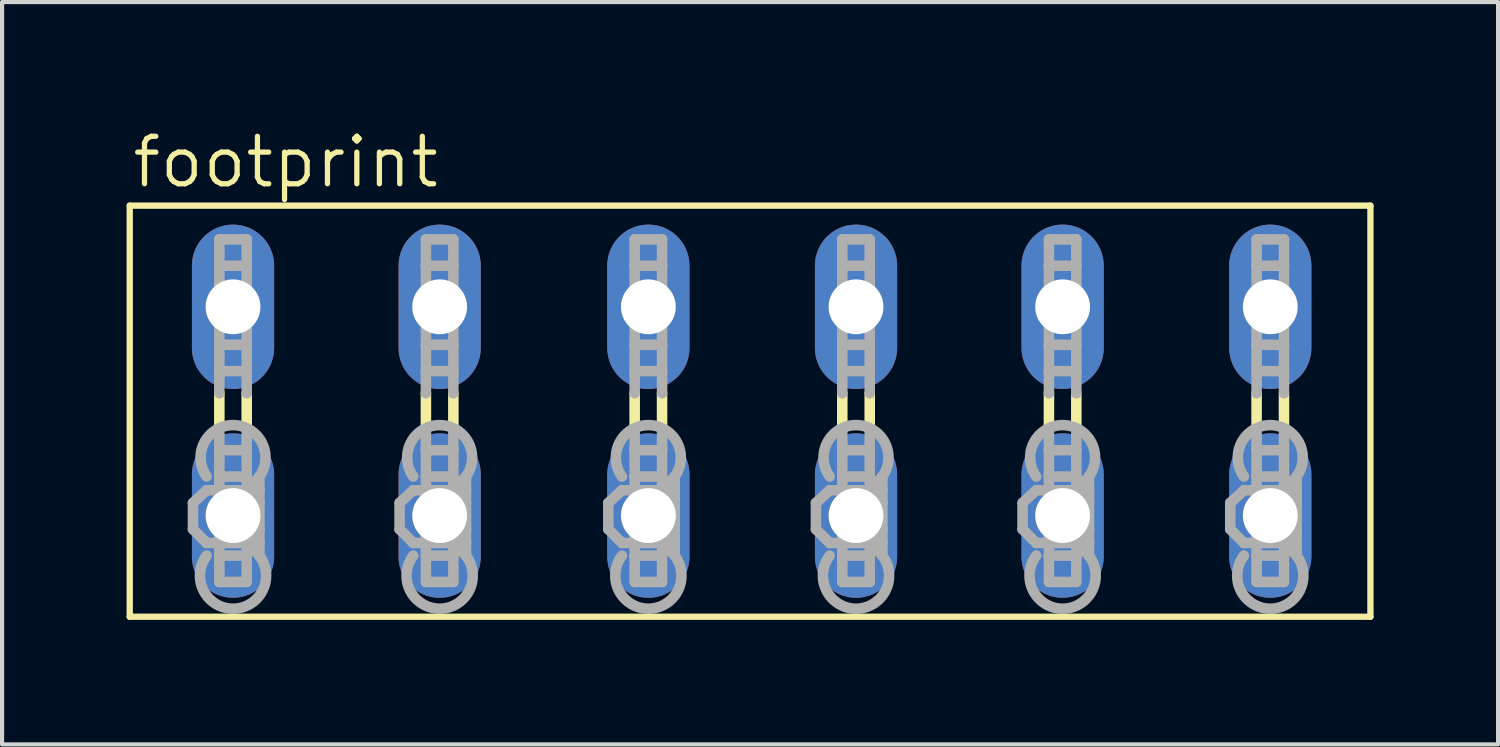
<source format=kicad_pcb>
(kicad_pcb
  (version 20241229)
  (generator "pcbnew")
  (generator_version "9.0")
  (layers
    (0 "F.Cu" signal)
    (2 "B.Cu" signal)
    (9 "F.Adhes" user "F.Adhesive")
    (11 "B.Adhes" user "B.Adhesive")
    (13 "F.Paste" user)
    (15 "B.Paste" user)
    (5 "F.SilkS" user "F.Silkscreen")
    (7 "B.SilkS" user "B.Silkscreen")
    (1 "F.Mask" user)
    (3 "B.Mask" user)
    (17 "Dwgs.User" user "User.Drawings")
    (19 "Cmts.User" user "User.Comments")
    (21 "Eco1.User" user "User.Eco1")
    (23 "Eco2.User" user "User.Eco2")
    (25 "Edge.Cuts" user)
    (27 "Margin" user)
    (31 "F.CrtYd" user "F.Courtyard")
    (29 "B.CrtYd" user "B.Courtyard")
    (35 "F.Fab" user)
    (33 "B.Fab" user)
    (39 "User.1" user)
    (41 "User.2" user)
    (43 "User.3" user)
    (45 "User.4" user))
  (footprint "footprint"
    (layer "F.Cu")
    (at 15.062 6.858)
    (property "Reference" "footprint" (at -14.986 -5.334 0) (layer "F.SilkS") (effects (font (size 1.143 1.143) (thickness 0.127)) (justify left bottom)))
    (fp_line (start -14.986 -4.953) (end -14.986 4.953) (stroke (width 0.152) (type solid)) (layer "F.SilkS"))
    (fp_line (start -14.986 -4.953) (end 14.91 -4.953) (stroke (width 0.152) (type solid)) (layer "F.SilkS"))
    (fp_line (start -12.827 0.432) (end -12.827 -0.432) (stroke (width 0.254) (type solid)) (layer "F.SilkS"))
    (fp_line (start -12.167 0.432) (end -12.167 -0.432) (stroke (width 0.254) (type solid)) (layer "F.SilkS"))
    (fp_line (start -7.849 0.432) (end -7.849 -0.432) (stroke (width 0.254) (type solid)) (layer "F.SilkS"))
    (fp_line (start -7.188 0.432) (end -7.188 -0.432) (stroke (width 0.254) (type solid)) (layer "F.SilkS"))
    (fp_line (start -2.819 0.432) (end -2.819 -0.432) (stroke (width 0.254) (type solid)) (layer "F.SilkS"))
    (fp_line (start -2.159 0.432) (end -2.159 -0.432) (stroke (width 0.254) (type solid)) (layer "F.SilkS"))
    (fp_line (start 2.184 0.432) (end 2.184 -0.432) (stroke (width 0.254) (type solid)) (layer "F.SilkS"))
    (fp_line (start 2.845 0.432) (end 2.845 -0.432) (stroke (width 0.254) (type solid)) (layer "F.SilkS"))
    (fp_line (start 7.163 0.432) (end 7.163 -0.432) (stroke (width 0.254) (type solid)) (layer "F.SilkS"))
    (fp_line (start 7.823 0.432) (end 7.823 -0.432) (stroke (width 0.254) (type solid)) (layer "F.SilkS"))
    (fp_line (start 12.167 0.432) (end 12.167 -0.432) (stroke (width 0.254) (type solid)) (layer "F.SilkS"))
    (fp_line (start 12.827 0.432) (end 12.827 -0.432) (stroke (width 0.254) (type solid)) (layer "F.SilkS"))
    (fp_line (start 14.91 4.953) (end -14.986 4.953) (stroke (width 0.152) (type solid)) (layer "F.SilkS"))
    (fp_line (start 14.91 4.953) (end 14.91 -4.953) (stroke (width 0.152) (type solid)) (layer "F.SilkS"))
    (fp_line (start -13.462 2.21) (end -13.132 1.905) (stroke (width 0.254) (type solid)) (layer "F.Fab"))
    (fp_line (start -13.462 2.845) (end -13.462 2.21) (stroke (width 0.254) (type solid)) (layer "F.Fab"))
    (fp_line (start -13.462 2.845) (end -13.132 3.175) (stroke (width 0.254) (type solid)) (layer "F.Fab"))
    (fp_line (start -12.827 -4.14) (end -12.167 -4.14) (stroke (width 0.254) (type solid)) (layer "F.Fab"))
    (fp_line (start -12.827 -3.505) (end -12.827 -4.14) (stroke (width 0.254) (type solid)) (layer "F.Fab"))
    (fp_line (start -12.827 -3.505) (end -12.827 -1.6) (stroke (width 0.254) (type solid)) (layer "F.Fab"))
    (fp_line (start -12.827 -1.6) (end -12.827 -0.965) (stroke (width 0.254) (type solid)) (layer "F.Fab"))
    (fp_line (start -12.827 -1.6) (end -12.167 -1.6) (stroke (width 0.254) (type solid)) (layer "F.Fab"))
    (fp_line (start -12.827 -0.965) (end -12.167 -0.965) (stroke (width 0.254) (type solid)) (layer "F.Fab"))
    (fp_line (start -12.827 -0.432) (end -12.827 -0.965) (stroke (width 0.254) (type solid)) (layer "F.Fab"))
    (fp_line (start -12.827 0.94) (end -12.827 0.432) (stroke (width 0.254) (type solid)) (layer "F.Fab"))
    (fp_line (start -12.827 0.94) (end -12.167 0.94) (stroke (width 0.254) (type solid)) (layer "F.Fab"))
    (fp_line (start -12.827 1.575) (end -12.827 0.94) (stroke (width 0.254) (type solid)) (layer "F.Fab"))
    (fp_line (start -12.827 1.575) (end -12.827 3.48) (stroke (width 0.254) (type solid)) (layer "F.Fab"))
    (fp_line (start -12.827 3.48) (end -12.827 4.115) (stroke (width 0.254) (type solid)) (layer "F.Fab"))
    (fp_line (start -12.827 3.48) (end -12.167 3.48) (stroke (width 0.254) (type solid)) (layer "F.Fab"))
    (fp_line (start -12.827 4.115) (end -12.167 4.115) (stroke (width 0.254) (type solid)) (layer "F.Fab"))
    (fp_line (start -12.167 -4.14) (end -12.167 -3.505) (stroke (width 0.254) (type solid)) (layer "F.Fab"))
    (fp_line (start -12.167 -3.505) (end -12.827 -3.505) (stroke (width 0.254) (type solid)) (layer "F.Fab"))
    (fp_line (start -12.167 -1.6) (end -12.167 -3.505) (stroke (width 0.254) (type solid)) (layer "F.Fab"))
    (fp_line (start -12.167 -0.965) (end -12.167 -1.6) (stroke (width 0.254) (type solid)) (layer "F.Fab"))
    (fp_line (start -12.167 -0.432) (end -12.167 -0.965) (stroke (width 0.254) (type solid)) (layer "F.Fab"))
    (fp_line (start -12.167 0.94) (end -12.167 0.432) (stroke (width 0.254) (type solid)) (layer "F.Fab"))
    (fp_line (start -12.167 0.94) (end -12.167 1.575) (stroke (width 0.254) (type solid)) (layer "F.Fab"))
    (fp_line (start -12.167 1.575) (end -12.827 1.575) (stroke (width 0.254) (type solid)) (layer "F.Fab"))
    (fp_line (start -12.167 1.905) (end -13.132 1.905) (stroke (width 0.254) (type solid)) (layer "F.Fab"))
    (fp_line (start -12.167 1.905) (end -12.167 1.575) (stroke (width 0.254) (type solid)) (layer "F.Fab"))
    (fp_line (start -12.167 1.905) (end -11.862 1.575) (stroke (width 0.254) (type solid)) (layer "F.Fab"))
    (fp_line (start -12.167 1.905) (end -11.862 2.21) (stroke (width 0.254) (type solid)) (layer "F.Fab"))
    (fp_line (start -12.167 3.175) (end -13.132 3.175) (stroke (width 0.254) (type solid)) (layer "F.Fab"))
    (fp_line (start -12.167 3.175) (end -12.167 1.905) (stroke (width 0.254) (type solid)) (layer "F.Fab"))
    (fp_line (start -12.167 3.175) (end -11.862 2.845) (stroke (width 0.254) (type solid)) (layer "F.Fab"))
    (fp_line (start -12.167 3.175) (end -11.862 3.48) (stroke (width 0.254) (type solid)) (layer "F.Fab"))
    (fp_line (start -12.167 3.48) (end -12.167 3.175) (stroke (width 0.254) (type solid)) (layer "F.Fab"))
    (fp_line (start -12.167 4.115) (end -12.167 3.48) (stroke (width 0.254) (type solid)) (layer "F.Fab"))
    (fp_line (start -11.862 1.905) (end -12.167 1.905) (stroke (width 0.254) (type solid)) (layer "F.Fab"))
    (fp_line (start -11.862 1.905) (end -11.862 1.575) (stroke (width 0.254) (type solid)) (layer "F.Fab"))
    (fp_line (start -11.862 2.21) (end -11.862 1.905) (stroke (width 0.254) (type solid)) (layer "F.Fab"))
    (fp_line (start -11.862 2.845) (end -11.862 2.21) (stroke (width 0.254) (type solid)) (layer "F.Fab"))
    (fp_line (start -11.862 3.175) (end -12.167 3.175) (stroke (width 0.254) (type solid)) (layer "F.Fab"))
    (fp_line (start -11.862 3.175) (end -11.862 2.845) (stroke (width 0.254) (type solid)) (layer "F.Fab"))
    (fp_line (start -11.862 3.48) (end -11.862 3.175) (stroke (width 0.254) (type solid)) (layer "F.Fab"))
    (fp_line (start -8.484 2.21) (end -8.153 1.905) (stroke (width 0.254) (type solid)) (layer "F.Fab"))
    (fp_line (start -8.484 2.845) (end -8.484 2.21) (stroke (width 0.254) (type solid)) (layer "F.Fab"))
    (fp_line (start -8.484 2.845) (end -8.153 3.175) (stroke (width 0.254) (type solid)) (layer "F.Fab"))
    (fp_line (start -7.849 -4.14) (end -7.188 -4.14) (stroke (width 0.254) (type solid)) (layer "F.Fab"))
    (fp_line (start -7.849 -3.505) (end -7.849 -4.14) (stroke (width 0.254) (type solid)) (layer "F.Fab"))
    (fp_line (start -7.849 -3.505) (end -7.849 -1.6) (stroke (width 0.254) (type solid)) (layer "F.Fab"))
    (fp_line (start -7.849 -1.6) (end -7.849 -0.965) (stroke (width 0.254) (type solid)) (layer "F.Fab"))
    (fp_line (start -7.849 -1.6) (end -7.188 -1.6) (stroke (width 0.254) (type solid)) (layer "F.Fab"))
    (fp_line (start -7.849 -0.965) (end -7.188 -0.965) (stroke (width 0.254) (type solid)) (layer "F.Fab"))
    (fp_line (start -7.849 -0.432) (end -7.849 -0.965) (stroke (width 0.254) (type solid)) (layer "F.Fab"))
    (fp_line (start -7.849 0.94) (end -7.849 0.432) (stroke (width 0.254) (type solid)) (layer "F.Fab"))
    (fp_line (start -7.849 0.94) (end -7.188 0.94) (stroke (width 0.254) (type solid)) (layer "F.Fab"))
    (fp_line (start -7.849 1.575) (end -7.849 0.94) (stroke (width 0.254) (type solid)) (layer "F.Fab"))
    (fp_line (start -7.849 1.575) (end -7.849 3.48) (stroke (width 0.254) (type solid)) (layer "F.Fab"))
    (fp_line (start -7.849 3.48) (end -7.849 4.115) (stroke (width 0.254) (type solid)) (layer "F.Fab"))
    (fp_line (start -7.849 3.48) (end -7.188 3.48) (stroke (width 0.254) (type solid)) (layer "F.Fab"))
    (fp_line (start -7.849 4.115) (end -7.188 4.115) (stroke (width 0.254) (type solid)) (layer "F.Fab"))
    (fp_line (start -7.188 -4.14) (end -7.188 -3.505) (stroke (width 0.254) (type solid)) (layer "F.Fab"))
    (fp_line (start -7.188 -3.505) (end -7.849 -3.505) (stroke (width 0.254) (type solid)) (layer "F.Fab"))
    (fp_line (start -7.188 -1.6) (end -7.188 -3.505) (stroke (width 0.254) (type solid)) (layer "F.Fab"))
    (fp_line (start -7.188 -0.965) (end -7.188 -1.6) (stroke (width 0.254) (type solid)) (layer "F.Fab"))
    (fp_line (start -7.188 -0.432) (end -7.188 -0.965) (stroke (width 0.254) (type solid)) (layer "F.Fab"))
    (fp_line (start -7.188 0.94) (end -7.188 0.432) (stroke (width 0.254) (type solid)) (layer "F.Fab"))
    (fp_line (start -7.188 0.94) (end -7.188 1.575) (stroke (width 0.254) (type solid)) (layer "F.Fab"))
    (fp_line (start -7.188 1.575) (end -7.849 1.575) (stroke (width 0.254) (type solid)) (layer "F.Fab"))
    (fp_line (start -7.188 1.905) (end -8.153 1.905) (stroke (width 0.254) (type solid)) (layer "F.Fab"))
    (fp_line (start -7.188 1.905) (end -7.188 1.575) (stroke (width 0.254) (type solid)) (layer "F.Fab"))
    (fp_line (start -7.188 1.905) (end -6.883 1.575) (stroke (width 0.254) (type solid)) (layer "F.Fab"))
    (fp_line (start -7.188 1.905) (end -6.883 2.21) (stroke (width 0.254) (type solid)) (layer "F.Fab"))
    (fp_line (start -7.188 3.175) (end -8.153 3.175) (stroke (width 0.254) (type solid)) (layer "F.Fab"))
    (fp_line (start -7.188 3.175) (end -7.188 1.905) (stroke (width 0.254) (type solid)) (layer "F.Fab"))
    (fp_line (start -7.188 3.175) (end -6.883 2.845) (stroke (width 0.254) (type solid)) (layer "F.Fab"))
    (fp_line (start -7.188 3.175) (end -6.883 3.48) (stroke (width 0.254) (type solid)) (layer "F.Fab"))
    (fp_line (start -7.188 3.48) (end -7.188 3.175) (stroke (width 0.254) (type solid)) (layer "F.Fab"))
    (fp_line (start -7.188 4.115) (end -7.188 3.48) (stroke (width 0.254) (type solid)) (layer "F.Fab"))
    (fp_line (start -6.883 1.905) (end -7.188 1.905) (stroke (width 0.254) (type solid)) (layer "F.Fab"))
    (fp_line (start -6.883 1.905) (end -6.883 1.575) (stroke (width 0.254) (type solid)) (layer "F.Fab"))
    (fp_line (start -6.883 2.21) (end -6.883 1.905) (stroke (width 0.254) (type solid)) (layer "F.Fab"))
    (fp_line (start -6.883 2.845) (end -6.883 2.21) (stroke (width 0.254) (type solid)) (layer "F.Fab"))
    (fp_line (start -6.883 3.175) (end -7.188 3.175) (stroke (width 0.254) (type solid)) (layer "F.Fab"))
    (fp_line (start -6.883 3.175) (end -6.883 2.845) (stroke (width 0.254) (type solid)) (layer "F.Fab"))
    (fp_line (start -6.883 3.48) (end -6.883 3.175) (stroke (width 0.254) (type solid)) (layer "F.Fab"))
    (fp_line (start -3.454 2.21) (end -3.124 1.905) (stroke (width 0.254) (type solid)) (layer "F.Fab"))
    (fp_line (start -3.454 2.845) (end -3.454 2.21) (stroke (width 0.254) (type solid)) (layer "F.Fab"))
    (fp_line (start -3.454 2.845) (end -3.124 3.175) (stroke (width 0.254) (type solid)) (layer "F.Fab"))
    (fp_line (start -2.819 -4.14) (end -2.159 -4.14) (stroke (width 0.254) (type solid)) (layer "F.Fab"))
    (fp_line (start -2.819 -3.505) (end -2.819 -4.14) (stroke (width 0.254) (type solid)) (layer "F.Fab"))
    (fp_line (start -2.819 -3.505) (end -2.819 -1.6) (stroke (width 0.254) (type solid)) (layer "F.Fab"))
    (fp_line (start -2.819 -1.6) (end -2.159 -1.6) (stroke (width 0.254) (type solid)) (layer "F.Fab"))
    (fp_line (start -2.819 -0.965) (end -2.819 -1.6) (stroke (width 0.254) (type solid)) (layer "F.Fab"))
    (fp_line (start -2.819 -0.965) (end -2.159 -0.965) (stroke (width 0.254) (type solid)) (layer "F.Fab"))
    (fp_line (start -2.819 -0.432) (end -2.819 -0.965) (stroke (width 0.254) (type solid)) (layer "F.Fab"))
    (fp_line (start -2.819 0.94) (end -2.819 0.432) (stroke (width 0.254) (type solid)) (layer "F.Fab"))
    (fp_line (start -2.819 0.94) (end -2.159 0.94) (stroke (width 0.254) (type solid)) (layer "F.Fab"))
    (fp_line (start -2.819 1.575) (end -2.819 0.94) (stroke (width 0.254) (type solid)) (layer "F.Fab"))
    (fp_line (start -2.819 1.575) (end -2.819 3.48) (stroke (width 0.254) (type solid)) (layer "F.Fab"))
    (fp_line (start -2.819 3.48) (end -2.819 4.115) (stroke (width 0.254) (type solid)) (layer "F.Fab"))
    (fp_line (start -2.819 3.48) (end -2.159 3.48) (stroke (width 0.254) (type solid)) (layer "F.Fab"))
    (fp_line (start -2.819 4.115) (end -2.159 4.115) (stroke (width 0.254) (type solid)) (layer "F.Fab"))
    (fp_line (start -2.159 -4.14) (end -2.159 -3.505) (stroke (width 0.254) (type solid)) (layer "F.Fab"))
    (fp_line (start -2.159 -3.505) (end -2.819 -3.505) (stroke (width 0.254) (type solid)) (layer "F.Fab"))
    (fp_line (start -2.159 -1.6) (end -2.159 -3.505) (stroke (width 0.254) (type solid)) (layer "F.Fab"))
    (fp_line (start -2.159 -0.965) (end -2.159 -1.6) (stroke (width 0.254) (type solid)) (layer "F.Fab"))
    (fp_line (start -2.159 -0.432) (end -2.159 -0.965) (stroke (width 0.254) (type solid)) (layer "F.Fab"))
    (fp_line (start -2.159 0.94) (end -2.159 0.432) (stroke (width 0.254) (type solid)) (layer "F.Fab"))
    (fp_line (start -2.159 0.94) (end -2.159 1.575) (stroke (width 0.254) (type solid)) (layer "F.Fab"))
    (fp_line (start -2.159 1.575) (end -2.819 1.575) (stroke (width 0.254) (type solid)) (layer "F.Fab"))
    (fp_line (start -2.159 1.905) (end -3.124 1.905) (stroke (width 0.254) (type solid)) (layer "F.Fab"))
    (fp_line (start -2.159 1.905) (end -2.159 1.575) (stroke (width 0.254) (type solid)) (layer "F.Fab"))
    (fp_line (start -2.159 1.905) (end -1.854 1.575) (stroke (width 0.254) (type solid)) (layer "F.Fab"))
    (fp_line (start -2.159 1.905) (end -1.854 2.21) (stroke (width 0.254) (type solid)) (layer "F.Fab"))
    (fp_line (start -2.159 3.175) (end -3.124 3.175) (stroke (width 0.254) (type solid)) (layer "F.Fab"))
    (fp_line (start -2.159 3.175) (end -2.159 1.905) (stroke (width 0.254) (type solid)) (layer "F.Fab"))
    (fp_line (start -2.159 3.175) (end -1.854 2.845) (stroke (width 0.254) (type solid)) (layer "F.Fab"))
    (fp_line (start -2.159 3.175) (end -1.854 3.48) (stroke (width 0.254) (type solid)) (layer "F.Fab"))
    (fp_line (start -2.159 3.48) (end -2.159 3.175) (stroke (width 0.254) (type solid)) (layer "F.Fab"))
    (fp_line (start -2.159 4.115) (end -2.159 3.48) (stroke (width 0.254) (type solid)) (layer "F.Fab"))
    (fp_line (start -1.854 1.905) (end -2.159 1.905) (stroke (width 0.254) (type solid)) (layer "F.Fab"))
    (fp_line (start -1.854 1.905) (end -1.854 1.575) (stroke (width 0.254) (type solid)) (layer "F.Fab"))
    (fp_line (start -1.854 2.21) (end -1.854 1.905) (stroke (width 0.254) (type solid)) (layer "F.Fab"))
    (fp_line (start -1.854 2.845) (end -1.854 2.21) (stroke (width 0.254) (type solid)) (layer "F.Fab"))
    (fp_line (start -1.854 3.175) (end -2.159 3.175) (stroke (width 0.254) (type solid)) (layer "F.Fab"))
    (fp_line (start -1.854 3.175) (end -1.854 2.845) (stroke (width 0.254) (type solid)) (layer "F.Fab"))
    (fp_line (start -1.854 3.48) (end -1.854 3.175) (stroke (width 0.254) (type solid)) (layer "F.Fab"))
    (fp_line (start 1.549 2.21) (end 1.88 1.905) (stroke (width 0.254) (type solid)) (layer "F.Fab"))
    (fp_line (start 1.549 2.845) (end 1.549 2.21) (stroke (width 0.254) (type solid)) (layer "F.Fab"))
    (fp_line (start 1.549 2.845) (end 1.88 3.175) (stroke (width 0.254) (type solid)) (layer "F.Fab"))
    (fp_line (start 2.184 -4.14) (end 2.845 -4.14) (stroke (width 0.254) (type solid)) (layer "F.Fab"))
    (fp_line (start 2.184 -3.505) (end 2.184 -4.14) (stroke (width 0.254) (type solid)) (layer "F.Fab"))
    (fp_line (start 2.184 -3.505) (end 2.184 -1.6) (stroke (width 0.254) (type solid)) (layer "F.Fab"))
    (fp_line (start 2.184 -1.6) (end 2.845 -1.6) (stroke (width 0.254) (type solid)) (layer "F.Fab"))
    (fp_line (start 2.184 -0.965) (end 2.184 -1.6) (stroke (width 0.254) (type solid)) (layer "F.Fab"))
    (fp_line (start 2.184 -0.965) (end 2.845 -0.965) (stroke (width 0.254) (type solid)) (layer "F.Fab"))
    (fp_line (start 2.184 -0.432) (end 2.184 -0.965) (stroke (width 0.254) (type solid)) (layer "F.Fab"))
    (fp_line (start 2.184 0.94) (end 2.184 0.432) (stroke (width 0.254) (type solid)) (layer "F.Fab"))
    (fp_line (start 2.184 0.94) (end 2.845 0.94) (stroke (width 0.254) (type solid)) (layer "F.Fab"))
    (fp_line (start 2.184 1.575) (end 2.184 0.94) (stroke (width 0.254) (type solid)) (layer "F.Fab"))
    (fp_line (start 2.184 1.575) (end 2.184 3.48) (stroke (width 0.254) (type solid)) (layer "F.Fab"))
    (fp_line (start 2.184 3.48) (end 2.184 4.115) (stroke (width 0.254) (type solid)) (layer "F.Fab"))
    (fp_line (start 2.184 3.48) (end 2.845 3.48) (stroke (width 0.254) (type solid)) (layer "F.Fab"))
    (fp_line (start 2.184 4.115) (end 2.845 4.115) (stroke (width 0.254) (type solid)) (layer "F.Fab"))
    (fp_line (start 2.845 -4.14) (end 2.845 -3.505) (stroke (width 0.254) (type solid)) (layer "F.Fab"))
    (fp_line (start 2.845 -3.505) (end 2.184 -3.505) (stroke (width 0.254) (type solid)) (layer "F.Fab"))
    (fp_line (start 2.845 -1.6) (end 2.845 -3.505) (stroke (width 0.254) (type solid)) (layer "F.Fab"))
    (fp_line (start 2.845 -0.965) (end 2.845 -1.6) (stroke (width 0.254) (type solid)) (layer "F.Fab"))
    (fp_line (start 2.845 -0.432) (end 2.845 -0.965) (stroke (width 0.254) (type solid)) (layer "F.Fab"))
    (fp_line (start 2.845 0.94) (end 2.845 0.432) (stroke (width 0.254) (type solid)) (layer "F.Fab"))
    (fp_line (start 2.845 0.94) (end 2.845 1.575) (stroke (width 0.254) (type solid)) (layer "F.Fab"))
    (fp_line (start 2.845 1.575) (end 2.184 1.575) (stroke (width 0.254) (type solid)) (layer "F.Fab"))
    (fp_line (start 2.845 1.905) (end 1.88 1.905) (stroke (width 0.254) (type solid)) (layer "F.Fab"))
    (fp_line (start 2.845 1.905) (end 2.845 1.575) (stroke (width 0.254) (type solid)) (layer "F.Fab"))
    (fp_line (start 2.845 1.905) (end 3.15 1.575) (stroke (width 0.254) (type solid)) (layer "F.Fab"))
    (fp_line (start 2.845 1.905) (end 3.15 2.21) (stroke (width 0.254) (type solid)) (layer "F.Fab"))
    (fp_line (start 2.845 3.175) (end 1.88 3.175) (stroke (width 0.254) (type solid)) (layer "F.Fab"))
    (fp_line (start 2.845 3.175) (end 2.845 1.905) (stroke (width 0.254) (type solid)) (layer "F.Fab"))
    (fp_line (start 2.845 3.175) (end 3.15 2.845) (stroke (width 0.254) (type solid)) (layer "F.Fab"))
    (fp_line (start 2.845 3.175) (end 3.15 3.48) (stroke (width 0.254) (type solid)) (layer "F.Fab"))
    (fp_line (start 2.845 3.48) (end 2.845 3.175) (stroke (width 0.254) (type solid)) (layer "F.Fab"))
    (fp_line (start 2.845 4.115) (end 2.845 3.48) (stroke (width 0.254) (type solid)) (layer "F.Fab"))
    (fp_line (start 3.15 1.905) (end 2.845 1.905) (stroke (width 0.254) (type solid)) (layer "F.Fab"))
    (fp_line (start 3.15 1.905) (end 3.15 1.575) (stroke (width 0.254) (type solid)) (layer "F.Fab"))
    (fp_line (start 3.15 2.21) (end 3.15 1.905) (stroke (width 0.254) (type solid)) (layer "F.Fab"))
    (fp_line (start 3.15 2.845) (end 3.15 2.21) (stroke (width 0.254) (type solid)) (layer "F.Fab"))
    (fp_line (start 3.15 3.175) (end 2.845 3.175) (stroke (width 0.254) (type solid)) (layer "F.Fab"))
    (fp_line (start 3.15 3.175) (end 3.15 2.845) (stroke (width 0.254) (type solid)) (layer "F.Fab"))
    (fp_line (start 3.15 3.48) (end 3.15 3.175) (stroke (width 0.254) (type solid)) (layer "F.Fab"))
    (fp_line (start 6.528 2.21) (end 6.858 1.905) (stroke (width 0.254) (type solid)) (layer "F.Fab"))
    (fp_line (start 6.528 2.845) (end 6.528 2.21) (stroke (width 0.254) (type solid)) (layer "F.Fab"))
    (fp_line (start 6.528 2.845) (end 6.858 3.175) (stroke (width 0.254) (type solid)) (layer "F.Fab"))
    (fp_line (start 7.163 -4.14) (end 7.823 -4.14) (stroke (width 0.254) (type solid)) (layer "F.Fab"))
    (fp_line (start 7.163 -3.505) (end 7.163 -4.14) (stroke (width 0.254) (type solid)) (layer "F.Fab"))
    (fp_line (start 7.163 -3.505) (end 7.163 -1.6) (stroke (width 0.254) (type solid)) (layer "F.Fab"))
    (fp_line (start 7.163 -1.6) (end 7.163 -0.965) (stroke (width 0.254) (type solid)) (layer "F.Fab"))
    (fp_line (start 7.163 -1.6) (end 7.823 -1.6) (stroke (width 0.254) (type solid)) (layer "F.Fab"))
    (fp_line (start 7.163 -0.965) (end 7.823 -0.965) (stroke (width 0.254) (type solid)) (layer "F.Fab"))
    (fp_line (start 7.163 -0.432) (end 7.163 -0.965) (stroke (width 0.254) (type solid)) (layer "F.Fab"))
    (fp_line (start 7.163 0.94) (end 7.163 0.432) (stroke (width 0.254) (type solid)) (layer "F.Fab"))
    (fp_line (start 7.163 0.94) (end 7.823 0.94) (stroke (width 0.254) (type solid)) (layer "F.Fab"))
    (fp_line (start 7.163 1.575) (end 7.163 0.94) (stroke (width 0.254) (type solid)) (layer "F.Fab"))
    (fp_line (start 7.163 1.575) (end 7.163 3.48) (stroke (width 0.254) (type solid)) (layer "F.Fab"))
    (fp_line (start 7.163 3.48) (end 7.163 4.115) (stroke (width 0.254) (type solid)) (layer "F.Fab"))
    (fp_line (start 7.163 3.48) (end 7.823 3.48) (stroke (width 0.254) (type solid)) (layer "F.Fab"))
    (fp_line (start 7.163 4.115) (end 7.823 4.115) (stroke (width 0.254) (type solid)) (layer "F.Fab"))
    (fp_line (start 7.823 -4.14) (end 7.823 -3.505) (stroke (width 0.254) (type solid)) (layer "F.Fab"))
    (fp_line (start 7.823 -3.505) (end 7.163 -3.505) (stroke (width 0.254) (type solid)) (layer "F.Fab"))
    (fp_line (start 7.823 -1.6) (end 7.823 -3.505) (stroke (width 0.254) (type solid)) (layer "F.Fab"))
    (fp_line (start 7.823 -0.965) (end 7.823 -1.6) (stroke (width 0.254) (type solid)) (layer "F.Fab"))
    (fp_line (start 7.823 -0.432) (end 7.823 -0.965) (stroke (width 0.254) (type solid)) (layer "F.Fab"))
    (fp_line (start 7.823 0.94) (end 7.823 0.432) (stroke (width 0.254) (type solid)) (layer "F.Fab"))
    (fp_line (start 7.823 0.94) (end 7.823 1.575) (stroke (width 0.254) (type solid)) (layer "F.Fab"))
    (fp_line (start 7.823 1.575) (end 7.163 1.575) (stroke (width 0.254) (type solid)) (layer "F.Fab"))
    (fp_line (start 7.823 1.905) (end 6.858 1.905) (stroke (width 0.254) (type solid)) (layer "F.Fab"))
    (fp_line (start 7.823 1.905) (end 7.823 1.575) (stroke (width 0.254) (type solid)) (layer "F.Fab"))
    (fp_line (start 7.823 1.905) (end 8.128 1.575) (stroke (width 0.254) (type solid)) (layer "F.Fab"))
    (fp_line (start 7.823 1.905) (end 8.128 2.21) (stroke (width 0.254) (type solid)) (layer "F.Fab"))
    (fp_line (start 7.823 3.175) (end 6.858 3.175) (stroke (width 0.254) (type solid)) (layer "F.Fab"))
    (fp_line (start 7.823 3.175) (end 7.823 1.905) (stroke (width 0.254) (type solid)) (layer "F.Fab"))
    (fp_line (start 7.823 3.175) (end 8.128 2.845) (stroke (width 0.254) (type solid)) (layer "F.Fab"))
    (fp_line (start 7.823 3.175) (end 8.128 3.48) (stroke (width 0.254) (type solid)) (layer "F.Fab"))
    (fp_line (start 7.823 3.48) (end 7.823 3.175) (stroke (width 0.254) (type solid)) (layer "F.Fab"))
    (fp_line (start 7.823 4.115) (end 7.823 3.48) (stroke (width 0.254) (type solid)) (layer "F.Fab"))
    (fp_line (start 8.128 1.905) (end 7.823 1.905) (stroke (width 0.254) (type solid)) (layer "F.Fab"))
    (fp_line (start 8.128 1.905) (end 8.128 1.575) (stroke (width 0.254) (type solid)) (layer "F.Fab"))
    (fp_line (start 8.128 2.21) (end 8.128 1.905) (stroke (width 0.254) (type solid)) (layer "F.Fab"))
    (fp_line (start 8.128 2.845) (end 8.128 2.21) (stroke (width 0.254) (type solid)) (layer "F.Fab"))
    (fp_line (start 8.128 3.175) (end 7.823 3.175) (stroke (width 0.254) (type solid)) (layer "F.Fab"))
    (fp_line (start 8.128 3.175) (end 8.128 2.845) (stroke (width 0.254) (type solid)) (layer "F.Fab"))
    (fp_line (start 8.128 3.48) (end 8.128 3.175) (stroke (width 0.254) (type solid)) (layer "F.Fab"))
    (fp_line (start 11.532 2.21) (end 11.862 1.905) (stroke (width 0.254) (type solid)) (layer "F.Fab"))
    (fp_line (start 11.532 2.845) (end 11.532 2.21) (stroke (width 0.254) (type solid)) (layer "F.Fab"))
    (fp_line (start 11.532 2.845) (end 11.862 3.175) (stroke (width 0.254) (type solid)) (layer "F.Fab"))
    (fp_line (start 12.167 -4.14) (end 12.827 -4.14) (stroke (width 0.254) (type solid)) (layer "F.Fab"))
    (fp_line (start 12.167 -3.505) (end 12.167 -4.14) (stroke (width 0.254) (type solid)) (layer "F.Fab"))
    (fp_line (start 12.167 -3.505) (end 12.167 -1.6) (stroke (width 0.254) (type solid)) (layer "F.Fab"))
    (fp_line (start 12.167 -1.6) (end 12.167 -0.965) (stroke (width 0.254) (type solid)) (layer "F.Fab"))
    (fp_line (start 12.167 -1.6) (end 12.827 -1.6) (stroke (width 0.254) (type solid)) (layer "F.Fab"))
    (fp_line (start 12.167 -0.965) (end 12.827 -0.965) (stroke (width 0.254) (type solid)) (layer "F.Fab"))
    (fp_line (start 12.167 -0.432) (end 12.167 -0.965) (stroke (width 0.254) (type solid)) (layer "F.Fab"))
    (fp_line (start 12.167 0.94) (end 12.167 0.432) (stroke (width 0.254) (type solid)) (layer "F.Fab"))
    (fp_line (start 12.167 0.94) (end 12.827 0.94) (stroke (width 0.254) (type solid)) (layer "F.Fab"))
    (fp_line (start 12.167 1.575) (end 12.167 0.94) (stroke (width 0.254) (type solid)) (layer "F.Fab"))
    (fp_line (start 12.167 1.575) (end 12.167 3.48) (stroke (width 0.254) (type solid)) (layer "F.Fab"))
    (fp_line (start 12.167 3.48) (end 12.167 4.115) (stroke (width 0.254) (type solid)) (layer "F.Fab"))
    (fp_line (start 12.167 3.48) (end 12.827 3.48) (stroke (width 0.254) (type solid)) (layer "F.Fab"))
    (fp_line (start 12.167 4.115) (end 12.827 4.115) (stroke (width 0.254) (type solid)) (layer "F.Fab"))
    (fp_line (start 12.827 -4.14) (end 12.827 -3.505) (stroke (width 0.254) (type solid)) (layer "F.Fab"))
    (fp_line (start 12.827 -3.505) (end 12.167 -3.505) (stroke (width 0.254) (type solid)) (layer "F.Fab"))
    (fp_line (start 12.827 -1.6) (end 12.827 -3.505) (stroke (width 0.254) (type solid)) (layer "F.Fab"))
    (fp_line (start 12.827 -0.965) (end 12.827 -1.6) (stroke (width 0.254) (type solid)) (layer "F.Fab"))
    (fp_line (start 12.827 -0.432) (end 12.827 -0.965) (stroke (width 0.254) (type solid)) (layer "F.Fab"))
    (fp_line (start 12.827 0.94) (end 12.827 0.432) (stroke (width 0.254) (type solid)) (layer "F.Fab"))
    (fp_line (start 12.827 0.94) (end 12.827 1.575) (stroke (width 0.254) (type solid)) (layer "F.Fab"))
    (fp_line (start 12.827 1.575) (end 12.167 1.575) (stroke (width 0.254) (type solid)) (layer "F.Fab"))
    (fp_line (start 12.827 1.905) (end 11.862 1.905) (stroke (width 0.254) (type solid)) (layer "F.Fab"))
    (fp_line (start 12.827 1.905) (end 12.827 1.575) (stroke (width 0.254) (type solid)) (layer "F.Fab"))
    (fp_line (start 12.827 1.905) (end 13.132 1.575) (stroke (width 0.254) (type solid)) (layer "F.Fab"))
    (fp_line (start 12.827 1.905) (end 13.132 2.21) (stroke (width 0.254) (type solid)) (layer "F.Fab"))
    (fp_line (start 12.827 3.175) (end 11.862 3.175) (stroke (width 0.254) (type solid)) (layer "F.Fab"))
    (fp_line (start 12.827 3.175) (end 12.827 1.905) (stroke (width 0.254) (type solid)) (layer "F.Fab"))
    (fp_line (start 12.827 3.175) (end 13.132 2.845) (stroke (width 0.254) (type solid)) (layer "F.Fab"))
    (fp_line (start 12.827 3.175) (end 13.132 3.48) (stroke (width 0.254) (type solid)) (layer "F.Fab"))
    (fp_line (start 12.827 3.48) (end 12.827 3.175) (stroke (width 0.254) (type solid)) (layer "F.Fab"))
    (fp_line (start 12.827 4.115) (end 12.827 3.48) (stroke (width 0.254) (type solid)) (layer "F.Fab"))
    (fp_line (start 13.132 1.905) (end 12.827 1.905) (stroke (width 0.254) (type solid)) (layer "F.Fab"))
    (fp_line (start 13.132 1.905) (end 13.132 1.575) (stroke (width 0.254) (type solid)) (layer "F.Fab"))
    (fp_line (start 13.132 2.21) (end 13.132 1.905) (stroke (width 0.254) (type solid)) (layer "F.Fab"))
    (fp_line (start 13.132 2.845) (end 13.132 2.21) (stroke (width 0.254) (type solid)) (layer "F.Fab"))
    (fp_line (start 13.132 3.175) (end 12.827 3.175) (stroke (width 0.254) (type solid)) (layer "F.Fab"))
    (fp_line (start 13.132 3.175) (end 13.132 2.845) (stroke (width 0.254) (type solid)) (layer "F.Fab"))
    (fp_line (start 13.132 3.48) (end 13.132 3.175) (stroke (width 0.254) (type solid)) (layer "F.Fab"))
    (fp_arc (start -13.1318 1.5748) (mid -12.496801 0.33513) (end -11.861799 1.574799) (stroke (width 0.254) (type solid)) (layer "F.Fab"))
    (fp_arc (start -11.8618 3.4798) (mid -12.4968 4.759976) (end -13.1318 3.4798) (stroke (width 0.254) (type solid)) (layer "F.Fab"))
    (fp_arc (start -8.1534 1.5748) (mid -7.518401 0.33513) (end -6.883399 1.574799) (stroke (width 0.254) (type solid)) (layer "F.Fab"))
    (fp_arc (start -6.8834 3.4798) (mid -7.5184 4.759976) (end -8.1534 3.4798) (stroke (width 0.254) (type solid)) (layer "F.Fab"))
    (fp_arc (start -3.1242 1.5748) (mid -2.489201 0.33513) (end -1.854199 1.574799) (stroke (width 0.254) (type solid)) (layer "F.Fab"))
    (fp_arc (start -1.8542 3.4798) (mid -2.4892 4.759976) (end -3.1242 3.4798) (stroke (width 0.254) (type solid)) (layer "F.Fab"))
    (fp_arc (start 1.8796 1.5748) (mid 2.514599 0.33513) (end 3.149601 1.574799) (stroke (width 0.254) (type solid)) (layer "F.Fab"))
    (fp_arc (start 3.1496 3.4798) (mid 2.5146 4.759976) (end 1.8796 3.4798) (stroke (width 0.254) (type solid)) (layer "F.Fab"))
    (fp_arc (start 6.858 1.5748) (mid 7.492999 0.33513) (end 8.128001 1.574799) (stroke (width 0.254) (type solid)) (layer "F.Fab"))
    (fp_arc (start 8.128 3.4798) (mid 7.493 4.759976) (end 6.858 3.4798) (stroke (width 0.254) (type solid)) (layer "F.Fab"))
    (fp_arc (start 11.8618 1.5748) (mid 12.496799 0.33513) (end 13.131801 1.574799) (stroke (width 0.254) (type solid)) (layer "F.Fab"))
    (fp_arc (start 13.1318 3.4798) (mid 12.4968 4.759976) (end 11.8618 3.4798) (stroke (width 0.254) (type solid)) (layer "F.Fab"))
    (pad "1" thru_hole oval (at -12.497 2.515 90) (size 3.962 1.981) (drill 1.321) (layers "*.Cu" "*.Mask"))
    (pad "2" thru_hole oval (at -12.497 -2.515 90) (size 3.962 1.981) (drill 1.321) (layers "*.Cu" "*.Mask"))
    (pad "3" thru_hole oval (at -7.518 2.515 90) (size 3.962 1.981) (drill 1.321) (layers "*.Cu" "*.Mask"))
    (pad "4" thru_hole oval (at -7.518 -2.515 90) (size 3.962 1.981) (drill 1.321) (layers "*.Cu" "*.Mask"))
    (pad "5" thru_hole oval (at -2.489 2.515 90) (size 3.962 1.981) (drill 1.321) (layers "*.Cu" "*.Mask"))
    (pad "6" thru_hole oval (at -2.489 -2.515 90) (size 3.962 1.981) (drill 1.321) (layers "*.Cu" "*.Mask"))
    (pad "7" thru_hole oval (at 2.515 2.515 90) (size 3.962 1.981) (drill 1.321) (layers "*.Cu" "*.Mask"))
    (pad "8" thru_hole oval (at 2.515 -2.515 90) (size 3.962 1.981) (drill 1.321) (layers "*.Cu" "*.Mask"))
    (pad "9" thru_hole oval (at 7.493 2.515 90) (size 3.962 1.981) (drill 1.321) (layers "*.Cu" "*.Mask"))
    (pad "10" thru_hole oval (at 7.493 -2.515 90) (size 3.962 1.981) (drill 1.321) (layers "*.Cu" "*.Mask"))
    (pad "11" thru_hole oval (at 12.497 2.515 90) (size 3.962 1.981) (drill 1.321) (layers "*.Cu" "*.Mask"))
    (pad "12" thru_hole oval (at 12.497 -2.515 90) (size 3.962 1.981) (drill 1.321) (layers "*.Cu" "*.Mask")))
  (gr_rect
    (start -3 -3)
    (end 33.048 14.887)
    (stroke (width 0.1) (type default))
    (fill no)
    (layer "Edge.Cuts")))
</source>
